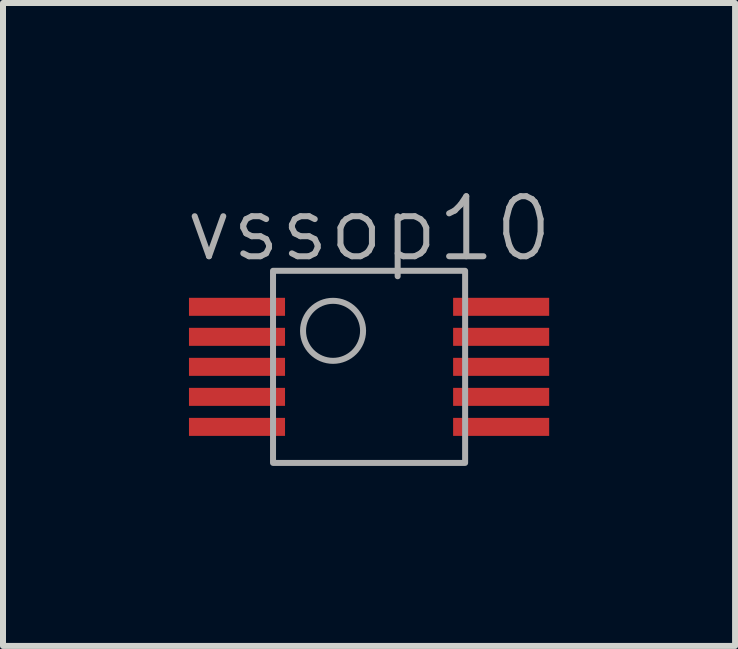
<source format=kicad_pcb>
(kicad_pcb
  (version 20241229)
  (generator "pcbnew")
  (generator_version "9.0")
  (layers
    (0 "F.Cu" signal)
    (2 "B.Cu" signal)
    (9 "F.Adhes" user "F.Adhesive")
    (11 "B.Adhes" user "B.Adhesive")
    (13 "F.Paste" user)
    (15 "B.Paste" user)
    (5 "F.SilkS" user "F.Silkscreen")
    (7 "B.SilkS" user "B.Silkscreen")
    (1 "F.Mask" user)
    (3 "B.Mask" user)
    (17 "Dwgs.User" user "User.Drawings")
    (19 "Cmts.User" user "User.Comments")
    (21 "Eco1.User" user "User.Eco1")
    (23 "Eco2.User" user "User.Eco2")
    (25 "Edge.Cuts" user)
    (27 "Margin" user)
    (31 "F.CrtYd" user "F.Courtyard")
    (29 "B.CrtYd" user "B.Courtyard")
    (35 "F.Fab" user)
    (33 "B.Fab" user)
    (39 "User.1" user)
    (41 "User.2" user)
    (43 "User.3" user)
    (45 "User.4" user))
  (footprint "vssop10"
    (layer "F.Cu")
    (at 3.098 3.061)
    (property "Reference" "vssop10" (at 0 -2.3 0) (unlocked yes) (layer "F.Fab") (effects (font (size 1 1) (thickness 0.1))))
    (attr smd)
    (fp_rect (start -1.6 1.6) (end 1.6 -1.6) (stroke (width 0.1) (type default)) (fill no) (layer "F.Fab"))
    (fp_circle (center -0.6 -0.6) (end -0.1 -0.6) (stroke (width 0.1) (type default)) (fill no) (layer "F.Fab"))
    (pad "1" smd rect (at -2.2 -1) (size 1.6 0.3) (layers "F.Cu" "F.Mask" "F.Paste"))
    (pad "2" smd rect (at -2.2 -0.5) (size 1.6 0.3) (layers "F.Cu" "F.Mask" "F.Paste"))
    (pad "3" smd rect (at -2.2 0) (size 1.6 0.3) (layers "F.Cu" "F.Mask" "F.Paste"))
    (pad "4" smd rect (at -2.2 0.5) (size 1.6 0.3) (layers "F.Cu" "F.Mask" "F.Paste"))
    (pad "5" smd rect (at -2.2 1) (size 1.6 0.3) (layers "F.Cu" "F.Mask" "F.Paste"))
    (pad "6" smd rect (at 2.2 1) (size 1.6 0.3) (layers "F.Cu" "F.Mask" "F.Paste"))
    (pad "7" smd rect (at 2.2 0.5) (size 1.6 0.3) (layers "F.Cu" "F.Mask" "F.Paste"))
    (pad "8" smd rect (at 2.2 0) (size 1.6 0.3) (layers "F.Cu" "F.Mask" "F.Paste"))
    (pad "9" smd rect (at 2.2 -0.5) (size 1.6 0.3) (layers "F.Cu" "F.Mask" "F.Paste"))
    (pad "10" smd rect (at 2.2 -1) (size 1.6 0.3) (layers "F.Cu" "F.Mask" "F.Paste")))
  (gr_rect
    (start -3 -3)
    (end 9.195 7.71)
    (stroke (width 0.1) (type default))
    (fill no)
    (layer "Edge.Cuts")))
</source>
